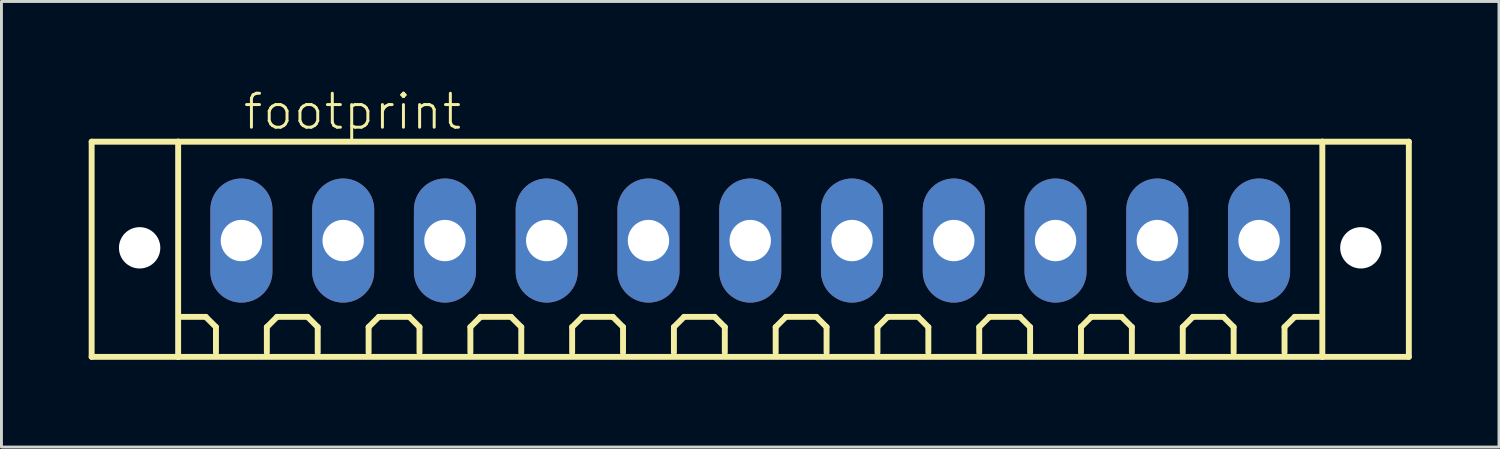
<source format=kicad_pcb>
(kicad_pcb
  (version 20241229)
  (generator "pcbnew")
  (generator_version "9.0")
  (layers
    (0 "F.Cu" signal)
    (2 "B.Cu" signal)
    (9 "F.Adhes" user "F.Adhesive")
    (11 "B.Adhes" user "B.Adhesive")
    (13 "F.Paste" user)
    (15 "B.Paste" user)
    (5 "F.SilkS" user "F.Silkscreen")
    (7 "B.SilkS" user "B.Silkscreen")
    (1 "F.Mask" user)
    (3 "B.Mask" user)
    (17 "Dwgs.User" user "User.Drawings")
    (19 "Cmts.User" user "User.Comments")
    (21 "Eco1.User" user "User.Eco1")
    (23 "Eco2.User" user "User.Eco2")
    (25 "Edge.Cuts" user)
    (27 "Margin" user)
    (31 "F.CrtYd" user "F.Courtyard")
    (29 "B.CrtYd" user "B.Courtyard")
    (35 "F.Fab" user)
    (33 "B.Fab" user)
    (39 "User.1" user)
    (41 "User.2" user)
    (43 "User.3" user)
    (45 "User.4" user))
  (footprint "footprint"
    (layer "F.Cu")
    (at 22.752 5.223)
    (property "Reference" "footprint" (at -17.5 -3.75 0) (layer "F.SilkS") (effects (font (size 1.168 1.168) (thickness 0.102)) (justify left bottom)))
    (fp_line (start -22.65 -3.4) (end -19.675 -3.4) (stroke (width 0.203) (type solid)) (layer "F.SilkS"))
    (fp_line (start -22.65 4) (end -22.65 -3.4) (stroke (width 0.203) (type solid)) (layer "F.SilkS"))
    (fp_line (start -19.675 -3.4) (end 19.675 -3.4) (stroke (width 0.203) (type solid)) (layer "F.SilkS"))
    (fp_line (start -19.675 4) (end -22.65 4) (stroke (width 0.203) (type solid)) (layer "F.SilkS"))
    (fp_line (start -19.675 4) (end -19.675 -3.4) (stroke (width 0.203) (type solid)) (layer "F.SilkS"))
    (fp_line (start -18.725 2.625) (end -19.6 2.625) (stroke (width 0.203) (type solid)) (layer "F.SilkS"))
    (fp_line (start -18.375 2.975) (end -18.725 2.625) (stroke (width 0.203) (type solid)) (layer "F.SilkS"))
    (fp_line (start -18.375 3.85) (end -18.375 2.975) (stroke (width 0.203) (type solid)) (layer "F.SilkS"))
    (fp_line (start -16.625 2.975) (end -16.275 2.625) (stroke (width 0.203) (type solid)) (layer "F.SilkS"))
    (fp_line (start -16.625 3.85) (end -16.625 2.975) (stroke (width 0.203) (type solid)) (layer "F.SilkS"))
    (fp_line (start -16.275 2.625) (end -15.225 2.625) (stroke (width 0.203) (type solid)) (layer "F.SilkS"))
    (fp_line (start -15.225 2.625) (end -14.875 2.975) (stroke (width 0.203) (type solid)) (layer "F.SilkS"))
    (fp_line (start -14.875 2.975) (end -14.875 3.85) (stroke (width 0.203) (type solid)) (layer "F.SilkS"))
    (fp_line (start -13.125 2.975) (end -12.775 2.625) (stroke (width 0.203) (type solid)) (layer "F.SilkS"))
    (fp_line (start -13.125 3.85) (end -13.125 2.975) (stroke (width 0.203) (type solid)) (layer "F.SilkS"))
    (fp_line (start -12.775 2.625) (end -11.725 2.625) (stroke (width 0.203) (type solid)) (layer "F.SilkS"))
    (fp_line (start -11.725 2.625) (end -11.375 2.975) (stroke (width 0.203) (type solid)) (layer "F.SilkS"))
    (fp_line (start -11.375 2.975) (end -11.375 3.85) (stroke (width 0.203) (type solid)) (layer "F.SilkS"))
    (fp_line (start -9.625 2.975) (end -9.275 2.625) (stroke (width 0.203) (type solid)) (layer "F.SilkS"))
    (fp_line (start -9.625 3.85) (end -9.625 2.975) (stroke (width 0.203) (type solid)) (layer "F.SilkS"))
    (fp_line (start -9.275 2.625) (end -8.225 2.625) (stroke (width 0.203) (type solid)) (layer "F.SilkS"))
    (fp_line (start -8.225 2.625) (end -7.875 2.975) (stroke (width 0.203) (type solid)) (layer "F.SilkS"))
    (fp_line (start -7.875 2.975) (end -7.875 3.85) (stroke (width 0.203) (type solid)) (layer "F.SilkS"))
    (fp_line (start -6.125 2.975) (end -5.775 2.625) (stroke (width 0.203) (type solid)) (layer "F.SilkS"))
    (fp_line (start -6.125 3.85) (end -6.125 2.975) (stroke (width 0.203) (type solid)) (layer "F.SilkS"))
    (fp_line (start -5.775 2.625) (end -4.725 2.625) (stroke (width 0.203) (type solid)) (layer "F.SilkS"))
    (fp_line (start -4.725 2.625) (end -4.375 2.975) (stroke (width 0.203) (type solid)) (layer "F.SilkS"))
    (fp_line (start -4.375 2.975) (end -4.375 3.85) (stroke (width 0.203) (type solid)) (layer "F.SilkS"))
    (fp_line (start -2.625 2.975) (end -2.275 2.625) (stroke (width 0.203) (type solid)) (layer "F.SilkS"))
    (fp_line (start -2.625 3.85) (end -2.625 2.975) (stroke (width 0.203) (type solid)) (layer "F.SilkS"))
    (fp_line (start -2.275 2.625) (end -1.225 2.625) (stroke (width 0.203) (type solid)) (layer "F.SilkS"))
    (fp_line (start -1.225 2.625) (end -0.875 2.975) (stroke (width 0.203) (type solid)) (layer "F.SilkS"))
    (fp_line (start -0.875 2.975) (end -0.875 3.85) (stroke (width 0.203) (type solid)) (layer "F.SilkS"))
    (fp_line (start 0.875 2.975) (end 1.225 2.625) (stroke (width 0.203) (type solid)) (layer "F.SilkS"))
    (fp_line (start 0.875 3.85) (end 0.875 2.975) (stroke (width 0.203) (type solid)) (layer "F.SilkS"))
    (fp_line (start 1.225 2.625) (end 2.275 2.625) (stroke (width 0.203) (type solid)) (layer "F.SilkS"))
    (fp_line (start 2.275 2.625) (end 2.625 2.975) (stroke (width 0.203) (type solid)) (layer "F.SilkS"))
    (fp_line (start 2.625 2.975) (end 2.625 3.85) (stroke (width 0.203) (type solid)) (layer "F.SilkS"))
    (fp_line (start 4.375 2.975) (end 4.725 2.625) (stroke (width 0.203) (type solid)) (layer "F.SilkS"))
    (fp_line (start 4.375 3.85) (end 4.375 2.975) (stroke (width 0.203) (type solid)) (layer "F.SilkS"))
    (fp_line (start 4.725 2.625) (end 5.775 2.625) (stroke (width 0.203) (type solid)) (layer "F.SilkS"))
    (fp_line (start 5.775 2.625) (end 6.125 2.975) (stroke (width 0.203) (type solid)) (layer "F.SilkS"))
    (fp_line (start 6.125 2.975) (end 6.125 3.85) (stroke (width 0.203) (type solid)) (layer "F.SilkS"))
    (fp_line (start 7.875 2.975) (end 8.225 2.625) (stroke (width 0.203) (type solid)) (layer "F.SilkS"))
    (fp_line (start 7.875 3.85) (end 7.875 2.975) (stroke (width 0.203) (type solid)) (layer "F.SilkS"))
    (fp_line (start 8.225 2.625) (end 9.275 2.625) (stroke (width 0.203) (type solid)) (layer "F.SilkS"))
    (fp_line (start 9.275 2.625) (end 9.625 2.975) (stroke (width 0.203) (type solid)) (layer "F.SilkS"))
    (fp_line (start 9.625 2.975) (end 9.625 3.85) (stroke (width 0.203) (type solid)) (layer "F.SilkS"))
    (fp_line (start 11.375 2.975) (end 11.725 2.625) (stroke (width 0.203) (type solid)) (layer "F.SilkS"))
    (fp_line (start 11.375 3.85) (end 11.375 2.975) (stroke (width 0.203) (type solid)) (layer "F.SilkS"))
    (fp_line (start 11.725 2.625) (end 12.775 2.625) (stroke (width 0.203) (type solid)) (layer "F.SilkS"))
    (fp_line (start 12.775 2.625) (end 13.125 2.975) (stroke (width 0.203) (type solid)) (layer "F.SilkS"))
    (fp_line (start 13.125 2.975) (end 13.125 3.85) (stroke (width 0.203) (type solid)) (layer "F.SilkS"))
    (fp_line (start 14.875 2.975) (end 15.225 2.625) (stroke (width 0.203) (type solid)) (layer "F.SilkS"))
    (fp_line (start 14.875 3.85) (end 14.875 2.975) (stroke (width 0.203) (type solid)) (layer "F.SilkS"))
    (fp_line (start 15.225 2.625) (end 16.275 2.625) (stroke (width 0.203) (type solid)) (layer "F.SilkS"))
    (fp_line (start 16.275 2.625) (end 16.625 2.975) (stroke (width 0.203) (type solid)) (layer "F.SilkS"))
    (fp_line (start 16.625 2.975) (end 16.625 3.85) (stroke (width 0.203) (type solid)) (layer "F.SilkS"))
    (fp_line (start 18.375 2.975) (end 18.725 2.625) (stroke (width 0.203) (type solid)) (layer "F.SilkS"))
    (fp_line (start 18.375 3.85) (end 18.375 2.975) (stroke (width 0.203) (type solid)) (layer "F.SilkS"))
    (fp_line (start 18.725 2.625) (end 19.6 2.625) (stroke (width 0.203) (type solid)) (layer "F.SilkS"))
    (fp_line (start 19.675 -3.4) (end 19.675 4) (stroke (width 0.203) (type solid)) (layer "F.SilkS"))
    (fp_line (start 19.675 -3.4) (end 22.65 -3.4) (stroke (width 0.203) (type solid)) (layer "F.SilkS"))
    (fp_line (start 19.675 4) (end -19.675 4) (stroke (width 0.203) (type solid)) (layer "F.SilkS"))
    (fp_line (start 22.65 -3.4) (end 22.65 4) (stroke (width 0.203) (type solid)) (layer "F.SilkS"))
    (fp_line (start 22.65 4) (end 19.675 4) (stroke (width 0.203) (type solid)) (layer "F.SilkS"))
    (pad "" np_thru_hole circle (at -21 0.25) (size 1.422 1.422) (drill 1.422) (layers "*.Cu" "*.Mask"))
    (pad "" np_thru_hole circle (at 21 0.25) (size 1.422 1.422) (drill 1.422) (layers "*.Cu" "*.Mask"))
    (pad "1" thru_hole oval (at -17.5 0 90) (size 4.267 2.134) (drill 1.422) (layers "*.Cu" "*.Mask"))
    (pad "2" thru_hole oval (at -14 0 90) (size 4.267 2.134) (drill 1.422) (layers "*.Cu" "*.Mask"))
    (pad "3" thru_hole oval (at -10.5 0 90) (size 4.267 2.134) (drill 1.422) (layers "*.Cu" "*.Mask"))
    (pad "4" thru_hole oval (at -7 0 90) (size 4.267 2.134) (drill 1.422) (layers "*.Cu" "*.Mask"))
    (pad "5" thru_hole oval (at -3.5 0 90) (size 4.267 2.134) (drill 1.422) (layers "*.Cu" "*.Mask"))
    (pad "6" thru_hole oval (at 0 0 90) (size 4.267 2.134) (drill 1.422) (layers "*.Cu" "*.Mask"))
    (pad "7" thru_hole oval (at 3.5 0 90) (size 4.267 2.134) (drill 1.422) (layers "*.Cu" "*.Mask"))
    (pad "8" thru_hole oval (at 7 0 90) (size 4.267 2.134) (drill 1.422) (layers "*.Cu" "*.Mask"))
    (pad "9" thru_hole oval (at 10.5 0 90) (size 4.267 2.134) (drill 1.422) (layers "*.Cu" "*.Mask"))
    (pad "10" thru_hole oval (at 14 0 90) (size 4.267 2.134) (drill 1.422) (layers "*.Cu" "*.Mask"))
    (pad "11" thru_hole oval (at 17.5 0 90) (size 4.267 2.134) (drill 1.422) (layers "*.Cu" "*.Mask")))
  (gr_rect
    (start -3 -3)
    (end 48.503 12.325)
    (stroke (width 0.1) (type default))
    (fill no)
    (layer "Edge.Cuts")))
</source>
